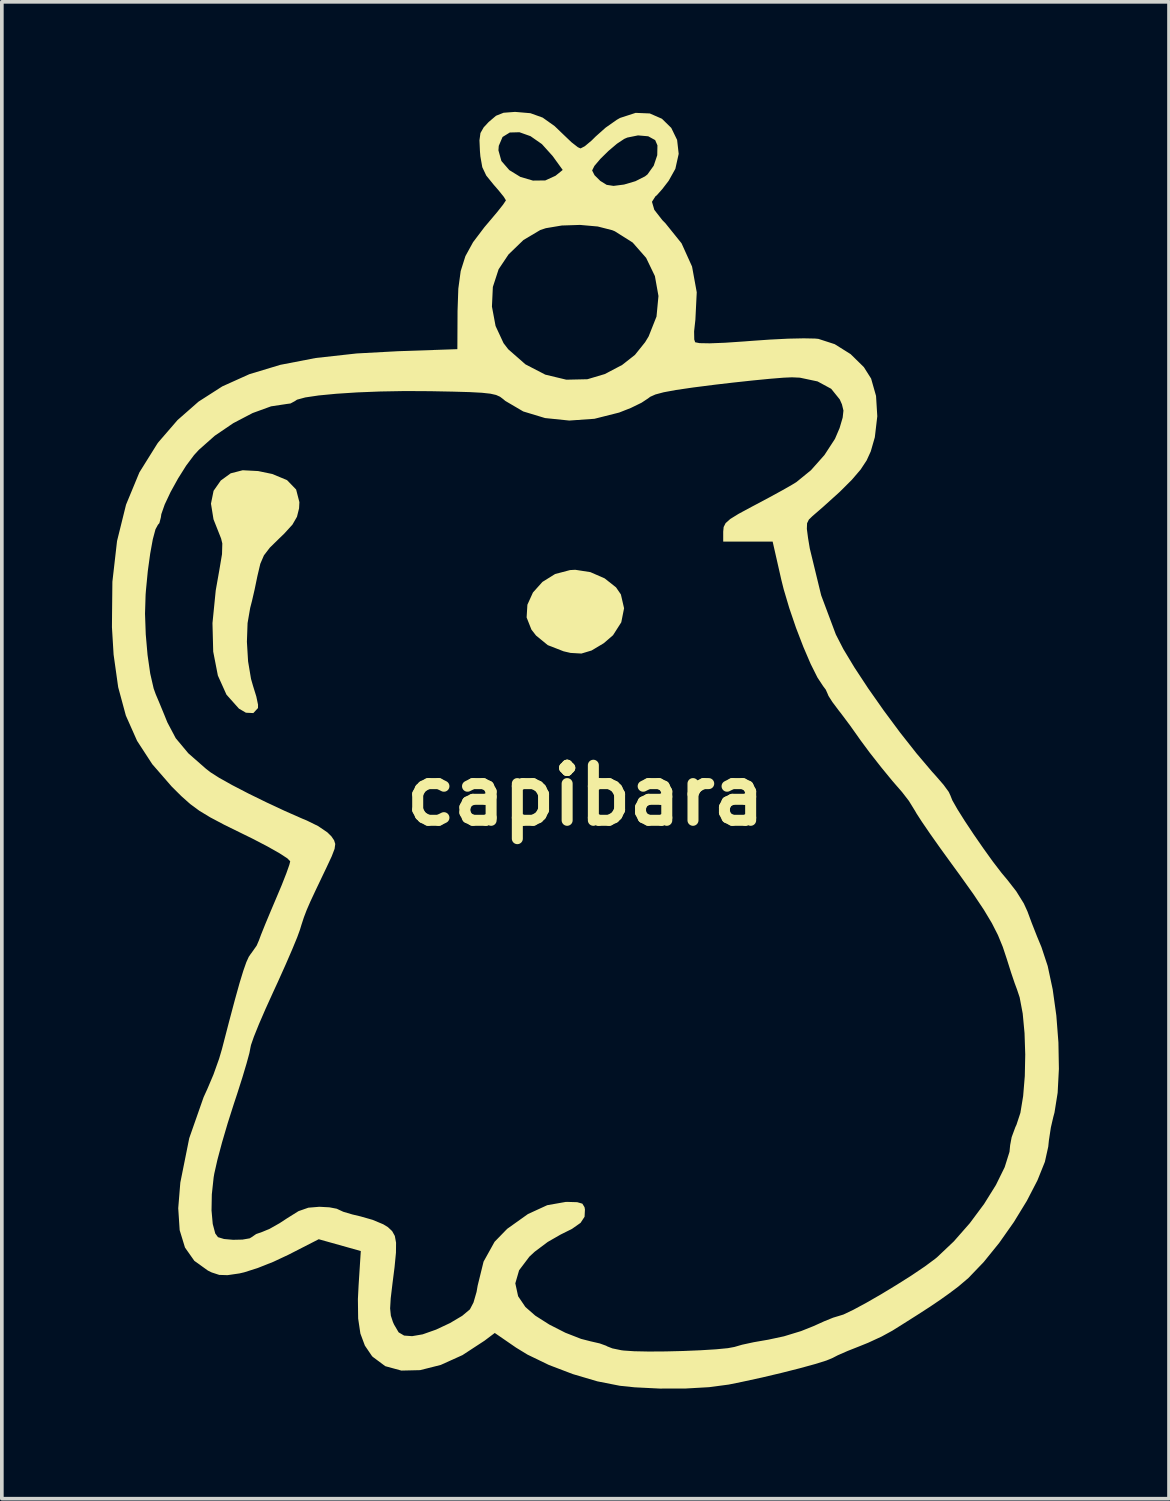
<source format=kicad_pcb>
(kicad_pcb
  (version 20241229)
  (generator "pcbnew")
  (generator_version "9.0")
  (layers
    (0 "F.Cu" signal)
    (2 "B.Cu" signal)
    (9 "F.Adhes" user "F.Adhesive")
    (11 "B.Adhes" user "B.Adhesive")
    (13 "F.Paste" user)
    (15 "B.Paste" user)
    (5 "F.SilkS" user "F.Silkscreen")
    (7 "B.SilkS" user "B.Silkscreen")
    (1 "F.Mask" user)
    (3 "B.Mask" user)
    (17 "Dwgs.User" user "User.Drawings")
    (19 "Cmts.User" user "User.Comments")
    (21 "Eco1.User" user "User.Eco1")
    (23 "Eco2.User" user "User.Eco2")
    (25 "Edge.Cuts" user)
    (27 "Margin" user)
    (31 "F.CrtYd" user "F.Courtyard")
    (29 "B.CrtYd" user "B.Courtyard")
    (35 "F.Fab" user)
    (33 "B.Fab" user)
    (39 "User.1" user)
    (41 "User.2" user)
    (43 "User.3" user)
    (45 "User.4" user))
  (footprint "capibara"
    (layer "F.Cu")
    (at 13.472 18.407)
    (property "Reference" "capibara" (at -0.57 0.214 0) (layer "F.SilkS") (effects (font (size 1.5 1.5) (thickness 0.3))))
    (attr board_only exclude_from_pos_files exclude_from_bom)
    (fp_poly (pts (xy -0.437 -5.869) (xy -0.048 -5.699) (xy 0.261 -5.455) (xy 0.394 -5.262) (xy 0.481 -4.885) (xy 0.405 -4.502) (xy 0.18 -4.15) (xy -0.073 -3.932) (xy -0.404 -3.734) (xy -0.681 -3.651) (xy -0.977 -3.668) (xy -1.167 -3.712) (xy -1.598 -3.88) (xy -1.917 -4.141) (xy -2.043 -4.303) (xy -2.174 -4.634) (xy -2.153 -4.981) (xy -2.002 -5.314) (xy -1.743 -5.603) (xy -1.399 -5.817) (xy -0.991 -5.925) (xy -0.849 -5.933)) (stroke (width 0) (type solid)) (fill yes) (layer "F.SilkS"))
    (fp_poly (pts (xy -9.489 -8.623) (xy -9.104 -8.543) (xy -8.702 -8.376) (xy -8.454 -8.12) (xy -8.365 -7.776) (xy -8.374 -7.606) (xy -8.431 -7.377) (xy -8.554 -7.164) (xy -8.778 -6.918) (xy -8.908 -6.793) (xy -9.17 -6.536) (xy -9.331 -6.326) (xy -9.43 -6.096) (xy -9.505 -5.779) (xy -9.511 -5.752) (xy -9.584 -5.399) (xy -9.658 -5.078) (xy -9.706 -4.893) (xy -9.777 -4.48) (xy -9.795 -3.97) (xy -9.763 -3.439) (xy -9.683 -2.961) (xy -9.628 -2.769) (xy -9.539 -2.482) (xy -9.492 -2.258) (xy -9.493 -2.166) (xy -9.62 -2.029) (xy -9.822 -2.039) (xy -10.012 -2.15) (xy -10.352 -2.531) (xy -10.586 -3.051) (xy -10.713 -3.703) (xy -10.733 -4.48) (xy -10.644 -5.372) (xy -10.546 -5.926) (xy -10.473 -6.36) (xy -10.465 -6.65) (xy -10.498 -6.785) (xy -10.705 -7.308) (xy -10.774 -7.735) (xy -10.703 -8.085) (xy -10.506 -8.366) (xy -10.237 -8.561) (xy -9.91 -8.645)) (stroke (width 0) (type solid)) (fill yes) (layer "F.SilkS"))
    (fp_poly (pts (xy -2.071 -18.373) (xy -1.737 -18.253) (xy -1.411 -18.021) (xy -1.162 -17.782) (xy -0.95 -17.58) (xy -0.778 -17.446) (xy -0.705 -17.413) (xy -0.589 -17.473) (xy -0.405 -17.627) (xy -0.294 -17.737) (xy -0.022 -17.979) (xy 0.281 -18.192) (xy 0.372 -18.244) (xy 0.796 -18.382) (xy 1.182 -18.366) (xy 1.513 -18.221) (xy 1.767 -17.972) (xy 1.926 -17.645) (xy 1.969 -17.265) (xy 1.878 -16.857) (xy 1.696 -16.531) (xy 1.523 -16.306) (xy 1.381 -16.146) (xy 1.334 -16.106) (xy 1.241 -15.959) (xy 1.305 -15.74) (xy 1.524 -15.459) (xy 1.607 -15.375) (xy 2.047 -14.828) (xy 2.333 -14.195) (xy 2.461 -13.494) (xy 2.424 -12.746) (xy 2.423 -12.737) (xy 2.389 -12.429) (xy 2.393 -12.207) (xy 2.418 -12.132) (xy 2.538 -12.108) (xy 2.816 -12.103) (xy 3.231 -12.119) (xy 3.761 -12.155) (xy 3.927 -12.168) (xy 4.454 -12.205) (xy 4.951 -12.23) (xy 5.375 -12.239) (xy 5.683 -12.233) (xy 5.776 -12.224) (xy 6.22 -12.08) (xy 6.653 -11.809) (xy 7.014 -11.455) (xy 7.212 -11.142) (xy 7.346 -10.67) (xy 7.38 -10.116) (xy 7.313 -9.544) (xy 7.202 -9.158) (xy 7.09 -8.913) (xy 6.925 -8.663) (xy 6.687 -8.385) (xy 6.357 -8.056) (xy 5.913 -7.655) (xy 5.61 -7.392) (xy 5.516 -7.301) (xy 5.467 -7.201) (xy 5.461 -7.047) (xy 5.494 -6.795) (xy 5.541 -6.513) (xy 5.851 -5.238) (xy 6.251 -4.17) (xy 6.456 -3.771) (xy 6.758 -3.27) (xy 7.132 -2.702) (xy 7.554 -2.101) (xy 8 -1.5) (xy 8.447 -0.933) (xy 8.87 -0.434) (xy 8.982 -0.31) (xy 9.186 -0.074) (xy 9.327 0.119) (xy 9.373 0.218) (xy 9.424 0.347) (xy 9.561 0.588) (xy 9.762 0.908) (xy 10.005 1.274) (xy 10.268 1.654) (xy 10.528 2.016) (xy 10.765 2.325) (xy 10.927 2.519) (xy 11.166 2.826) (xy 11.371 3.156) (xy 11.472 3.377) (xy 11.587 3.687) (xy 11.736 4.066) (xy 11.852 4.345) (xy 12.023 4.863) (xy 12.159 5.5) (xy 12.258 6.21) (xy 12.315 6.947) (xy 12.328 7.665) (xy 12.294 8.316) (xy 12.208 8.855) (xy 12.174 8.982) (xy 12.109 9.263) (xy 12.055 9.617) (xy 12.038 9.784) (xy 11.946 10.198) (xy 11.744 10.701) (xy 11.455 11.26) (xy 11.1 11.84) (xy 10.701 12.407) (xy 10.281 12.926) (xy 9.862 13.363) (xy 9.59 13.594) (xy 9.339 13.783) (xy 9.095 13.957) (xy 8.822 14.142) (xy 8.483 14.361) (xy 8.044 14.639) (xy 7.79 14.798) (xy 7.497 14.958) (xy 7.131 15.127) (xy 6.886 15.226) (xy 6.57 15.351) (xy 6.301 15.469) (xy 6.164 15.54) (xy 5.996 15.61) (xy 5.686 15.707) (xy 5.267 15.822) (xy 4.774 15.947) (xy 4.242 16.073) (xy 3.704 16.19) (xy 3.332 16.266) (xy 2.797 16.337) (xy 2.149 16.374) (xy 1.453 16.375) (xy 0.771 16.341) (xy 0.367 16.299) (xy -0.247 16.178) (xy -0.914 15.981) (xy -1.569 15.731) (xy -2.15 15.45) (xy -2.461 15.26) (xy -3.042 14.86) (xy -3.32 15.07) (xy -3.921 15.463) (xy -4.514 15.731) (xy -5.076 15.873) (xy -5.586 15.885) (xy -6.025 15.765) (xy -6.369 15.509) (xy -6.391 15.484) (xy -6.581 15.204) (xy -6.703 14.876) (xy -6.764 14.466) (xy -6.771 13.937) (xy -6.752 13.564) (xy -6.692 12.628) (xy -7.265 12.467) (xy -7.838 12.306) (xy -8.656 12.725) (xy -9.074 12.921) (xy -9.502 13.091) (xy -9.87 13.208) (xy -9.999 13.238) (xy -10.323 13.285) (xy -10.549 13.278) (xy -10.754 13.211) (xy -10.858 13.16) (xy -11.227 12.895) (xy -11.482 12.533) (xy -11.627 12.059) (xy -11.666 11.461) (xy -11.609 10.763) (xy -11.366 9.553) (xy -10.975 8.437) (xy -10.873 8.213) (xy -10.706 7.819) (xy -10.551 7.384) (xy -10.476 7.129) (xy -10.281 6.378) (xy -10.123 5.784) (xy -9.996 5.329) (xy -9.894 4.995) (xy -9.812 4.761) (xy -9.744 4.611) (xy -9.685 4.525) (xy -9.681 4.522) (xy -9.53 4.308) (xy -9.469 4.168) (xy -9.408 4.004) (xy -9.293 3.718) (xy -9.141 3.354) (xy -9.011 3.048) (xy -8.85 2.666) (xy -8.721 2.338) (xy -8.638 2.103) (xy -8.615 2.009) (xy -8.693 1.929) (xy -8.909 1.789) (xy -9.234 1.605) (xy -9.643 1.392) (xy -9.904 1.264) (xy -10.413 1.014) (xy -10.796 0.811) (xy -11.093 0.631) (xy -11.341 0.448) (xy -11.581 0.234) (xy -11.842 -0.025) (xy -12.374 -0.637) (xy -12.787 -1.272) (xy -13.093 -1.961) (xy -13.302 -2.734) (xy -13.427 -3.623) (xy -13.472 -4.367) (xy -13.469 -4.738) (xy -12.571 -4.738) (xy -12.551 -4.174) (xy -12.502 -3.613) (xy -12.429 -3.105) (xy -12.336 -2.7) (xy -12.28 -2.544) (xy -12.179 -2.305) (xy -12.047 -1.985) (xy -11.962 -1.775) (xy -11.734 -1.344) (xy -11.39 -0.932) (xy -10.905 -0.507) (xy -10.78 -0.411) (xy -10.549 -0.264) (xy -10.193 -0.065) (xy -9.749 0.165) (xy -9.257 0.406) (xy -8.758 0.639) (xy -8.291 0.845) (xy -8.163 0.898) (xy -7.858 1.048) (xy -7.604 1.22) (xy -7.495 1.327) (xy -7.42 1.436) (xy -7.388 1.537) (xy -7.406 1.67) (xy -7.484 1.873) (xy -7.629 2.184) (xy -7.71 2.353) (xy -7.917 2.787) (xy -8.064 3.101) (xy -8.166 3.336) (xy -8.242 3.535) (xy -8.309 3.74) (xy -8.35 3.875) (xy -8.425 4.081) (xy -8.562 4.413) (xy -8.744 4.833) (xy -8.955 5.303) (xy -9.079 5.572) (xy -9.289 6.035) (xy -9.469 6.451) (xy -9.605 6.789) (xy -9.684 7.016) (xy -9.699 7.088) (xy -9.727 7.234) (xy -9.804 7.516) (xy -9.919 7.901) (xy -10.063 8.353) (xy -10.149 8.613) (xy -10.317 9.14) (xy -10.472 9.667) (xy -10.599 10.144) (xy -10.684 10.52) (xy -10.701 10.62) (xy -10.751 11.085) (xy -10.759 11.522) (xy -10.726 11.89) (xy -10.657 12.15) (xy -10.583 12.25) (xy -10.418 12.3) (xy -10.171 12.322) (xy -9.915 12.316) (xy -9.72 12.282) (xy -9.66 12.246) (xy -9.543 12.165) (xy -9.378 12.107) (xy -9.178 12.024) (xy -8.904 11.869) (xy -8.701 11.736) (xy -8.389 11.541) (xy -8.121 11.447) (xy -7.82 11.422) (xy -7.546 11.437) (xy -7.348 11.475) (xy -7.299 11.498) (xy -7.169 11.558) (xy -6.922 11.631) (xy -6.699 11.684) (xy -6.37 11.778) (xy -6.08 11.899) (xy -5.954 11.976) (xy -5.838 12.085) (xy -5.765 12.216) (xy -5.731 12.401) (xy -5.734 12.674) (xy -5.772 13.065) (xy -5.829 13.514) (xy -5.877 13.916) (xy -5.893 14.191) (xy -5.873 14.389) (xy -5.817 14.561) (xy -5.785 14.632) (xy -5.661 14.843) (xy -5.512 14.931) (xy -5.294 14.947) (xy -5.008 14.898) (xy -4.642 14.769) (xy -4.261 14.59) (xy -3.929 14.393) (xy -3.719 14.217) (xy -3.621 14.029) (xy -3.538 13.742) (xy -3.508 13.57) (xy -3.347 12.916) (xy -3.047 12.376) (xy -2.705 12.024) (xy -2.138 11.62) (xy -1.613 11.379) (xy -1.11 11.29) (xy -1.069 11.289) (xy -0.796 11.297) (xy -0.656 11.337) (xy -0.597 11.432) (xy -0.585 11.495) (xy -0.595 11.693) (xy -0.704 11.86) (xy -0.939 12.025) (xy -1.248 12.179) (xy -1.6 12.381) (xy -1.952 12.645) (xy -2.098 12.78) (xy -2.379 13.152) (xy -2.482 13.508) (xy -2.406 13.859) (xy -2.207 14.153) (xy -1.938 14.388) (xy -1.554 14.632) (xy -1.118 14.854) (xy -0.691 15.021) (xy -0.434 15.087) (xy -0.182 15.145) (xy -0.005 15.209) (xy 0.019 15.224) (xy 0.162 15.28) (xy 0.403 15.33) (xy 0.471 15.339) (xy 0.756 15.358) (xy 1.15 15.366) (xy 1.611 15.363) (xy 2.098 15.351) (xy 2.571 15.331) (xy 2.989 15.305) (xy 3.31 15.274) (xy 3.493 15.24) (xy 3.498 15.238) (xy 3.698 15.18) (xy 4.012 15.112) (xy 4.374 15.049) (xy 4.4 15.045) (xy 4.838 14.951) (xy 5.303 14.809) (xy 5.643 14.673) (xy 5.94 14.539) (xy 6.177 14.443) (xy 6.303 14.405) (xy 6.304 14.405) (xy 6.457 14.358) (xy 6.727 14.229) (xy 7.081 14.038) (xy 7.486 13.805) (xy 7.908 13.549) (xy 8.316 13.291) (xy 8.676 13.048) (xy 8.954 12.842) (xy 9.009 12.797) (xy 9.466 12.364) (xy 9.9 11.87) (xy 10.289 11.347) (xy 10.613 10.827) (xy 10.851 10.343) (xy 10.982 9.925) (xy 11 9.742) (xy 11.041 9.525) (xy 11.141 9.254) (xy 11.172 9.188) (xy 11.279 8.863) (xy 11.354 8.406) (xy 11.399 7.861) (xy 11.411 7.275) (xy 11.392 6.692) (xy 11.342 6.157) (xy 11.259 5.718) (xy 11.187 5.502) (xy 11.122 5.327) (xy 11.025 5.04) (xy 10.918 4.701) (xy 10.914 4.688) (xy 10.799 4.341) (xy 10.667 4.019) (xy 10.501 3.693) (xy 10.284 3.331) (xy 9.998 2.903) (xy 9.625 2.38) (xy 9.396 2.066) (xy 9.094 1.649) (xy 8.82 1.261) (xy 8.597 0.935) (xy 8.448 0.705) (xy 8.41 0.638) (xy 8.241 0.364) (xy 8.055 0.123) (xy 7.793 -0.178) (xy 7.485 -0.554) (xy 7.178 -0.945) (xy 6.923 -1.289) (xy 6.842 -1.404) (xy 6.642 -1.686) (xy 6.407 -2) (xy 6.323 -2.108) (xy 6.156 -2.331) (xy 6.05 -2.497) (xy 6.029 -2.549) (xy 5.976 -2.668) (xy 5.905 -2.762) (xy 5.75 -2.997) (xy 5.565 -3.367) (xy 5.365 -3.833) (xy 5.165 -4.353) (xy 4.982 -4.89) (xy 4.83 -5.402) (xy 4.765 -5.662) (xy 4.529 -6.701) (xy 3.855 -6.701) (xy 3.182 -6.701) (xy 3.182 -6.972) (xy 3.194 -7.098) (xy 3.248 -7.205) (xy 3.374 -7.317) (xy 3.599 -7.456) (xy 3.953 -7.647) (xy 4.044 -7.695) (xy 4.431 -7.901) (xy 4.786 -8.095) (xy 5.059 -8.251) (xy 5.174 -8.321) (xy 5.573 -8.646) (xy 5.94 -9.059) (xy 6.227 -9.5) (xy 6.353 -9.794) (xy 6.437 -10.08) (xy 6.458 -10.271) (xy 6.417 -10.44) (xy 6.357 -10.575) (xy 6.124 -10.864) (xy 5.753 -11.065) (xy 5.272 -11.167) (xy 5.055 -11.177) (xy 4.826 -11.167) (xy 4.457 -11.137) (xy 3.985 -11.091) (xy 3.449 -11.033) (xy 2.975 -10.978) (xy 2.356 -10.899) (xy 1.893 -10.831) (xy 1.562 -10.77) (xy 1.336 -10.71) (xy 1.193 -10.646) (xy 1.135 -10.602) (xy 0.956 -10.484) (xy 0.667 -10.343) (xy 0.348 -10.217) (xy -0.326 -10.047) (xy -1.012 -9.999) (xy -1.672 -10.067) (xy -2.266 -10.247) (xy -2.755 -10.534) (xy -2.814 -10.584) (xy -2.899 -10.648) (xy -3.006 -10.696) (xy -3.161 -10.731) (xy -3.391 -10.756) (xy -3.722 -10.774) (xy -4.181 -10.787) (xy -4.794 -10.799) (xy -4.803 -10.799) (xy -5.487 -10.803) (xy -6.158 -10.791) (xy -6.791 -10.766) (xy -7.359 -10.729) (xy -7.839 -10.683) (xy -8.204 -10.629) (xy -8.429 -10.568) (xy -8.487 -10.529) (xy -8.608 -10.464) (xy -8.701 -10.452) (xy -9.137 -10.386) (xy -9.64 -10.203) (xy -10.166 -9.928) (xy -10.669 -9.586) (xy -11.103 -9.202) (xy -11.236 -9.057) (xy -11.45 -8.771) (xy -11.671 -8.42) (xy -11.875 -8.051) (xy -12.035 -7.711) (xy -12.127 -7.448) (xy -12.139 -7.362) (xy -12.18 -7.203) (xy -12.218 -7.161) (xy -12.286 -7.036) (xy -12.359 -6.763) (xy -12.43 -6.373) (xy -12.495 -5.899) (xy -12.546 -5.371) (xy -12.555 -5.254) (xy -12.571 -4.738) (xy -13.469 -4.738) (xy -13.46 -5.608) (xy -13.333 -6.717) (xy -13.088 -7.707) (xy -12.724 -8.587) (xy -12.236 -9.369) (xy -12.203 -9.413) (xy -11.685 -10.012) (xy -11.112 -10.515) (xy -10.465 -10.93) (xy -9.728 -11.262) (xy -8.884 -11.517) (xy -7.916 -11.704) (xy -6.806 -11.827) (xy -5.683 -11.888) (xy -4.061 -11.944) (xy -4.056 -12.983) (xy -4.052 -13.104) (xy -3.119 -13.104) (xy -3.02 -12.575) (xy -2.803 -12.108) (xy -2.676 -11.942) (xy -2.206 -11.53) (xy -1.666 -11.25) (xy -1.091 -11.112) (xy -0.517 -11.125) (xy -0.043 -11.266) (xy 0.43 -11.515) (xy 0.778 -11.789) (xy 1.054 -12.133) (xy 1.15 -12.291) (xy 1.365 -12.833) (xy 1.418 -13.392) (xy 1.321 -13.935) (xy 1.082 -14.431) (xy 0.715 -14.849) (xy 0.229 -15.156) (xy 0.156 -15.186) (xy -0.236 -15.286) (xy -0.719 -15.329) (xy -1.216 -15.313) (xy -1.651 -15.24) (xy -1.802 -15.19) (xy -2.259 -14.919) (xy -2.667 -14.525) (xy -2.937 -14.121) (xy -3.094 -13.639) (xy -3.119 -13.104) (xy -4.052 -13.104) (xy -4.035 -13.592) (xy -3.97 -14.073) (xy -3.842 -14.478) (xy -3.633 -14.859) (xy -3.324 -15.267) (xy -3.192 -15.423) (xy -2.976 -15.679) (xy -2.816 -15.881) (xy -2.741 -15.993) (xy -2.739 -16.001) (xy -2.795 -16.093) (xy -2.939 -16.272) (xy -3.073 -16.426) (xy -3.274 -16.674) (xy -3.382 -16.902) (xy -3.434 -17.197) (xy -3.445 -17.326) (xy -3.447 -17.361) (xy -2.942 -17.361) (xy -2.861 -17.07) (xy -2.645 -16.822) (xy -2.344 -16.637) (xy -2.002 -16.537) (xy -1.666 -16.541) (xy -1.387 -16.668) (xy -1.208 -16.813) (xy -0.389 -16.813) (xy -0.324 -16.684) (xy -0.167 -16.528) (xy -0.165 -16.527) (xy 0.006 -16.421) (xy 0.194 -16.392) (xy 0.475 -16.428) (xy 0.485 -16.43) (xy 0.79 -16.52) (xy 1.05 -16.651) (xy 1.118 -16.704) (xy 1.289 -16.943) (xy 1.385 -17.229) (xy 1.39 -17.497) (xy 1.328 -17.64) (xy 1.139 -17.744) (xy 0.861 -17.768) (xy 0.569 -17.709) (xy 0.486 -17.673) (xy 0.287 -17.541) (xy 0.056 -17.345) (xy -0.164 -17.129) (xy -0.327 -16.937) (xy -0.389 -16.813) (xy -1.208 -16.813) (xy -1.191 -16.827) (xy -1.466 -17.207) (xy -1.758 -17.531) (xy -2.068 -17.747) (xy -2.369 -17.854) (xy -2.632 -17.847) (xy -2.83 -17.725) (xy -2.933 -17.483) (xy -2.942 -17.361) (xy -3.447 -17.361) (xy -3.459 -17.635) (xy -3.432 -17.832) (xy -3.344 -17.987) (xy -3.209 -18.132) (xy -3.008 -18.303) (xy -2.802 -18.385) (xy -2.51 -18.407) (xy -2.47 -18.407)) (stroke (width 0) (type solid)) (fill yes) (layer "F.SilkS")))
  (gr_rect
    (start -3 -3)
    (end 28.8 37.782)
    (stroke (width 0.1) (type default))
    (fill no)
    (layer "Edge.Cuts")))
</source>
